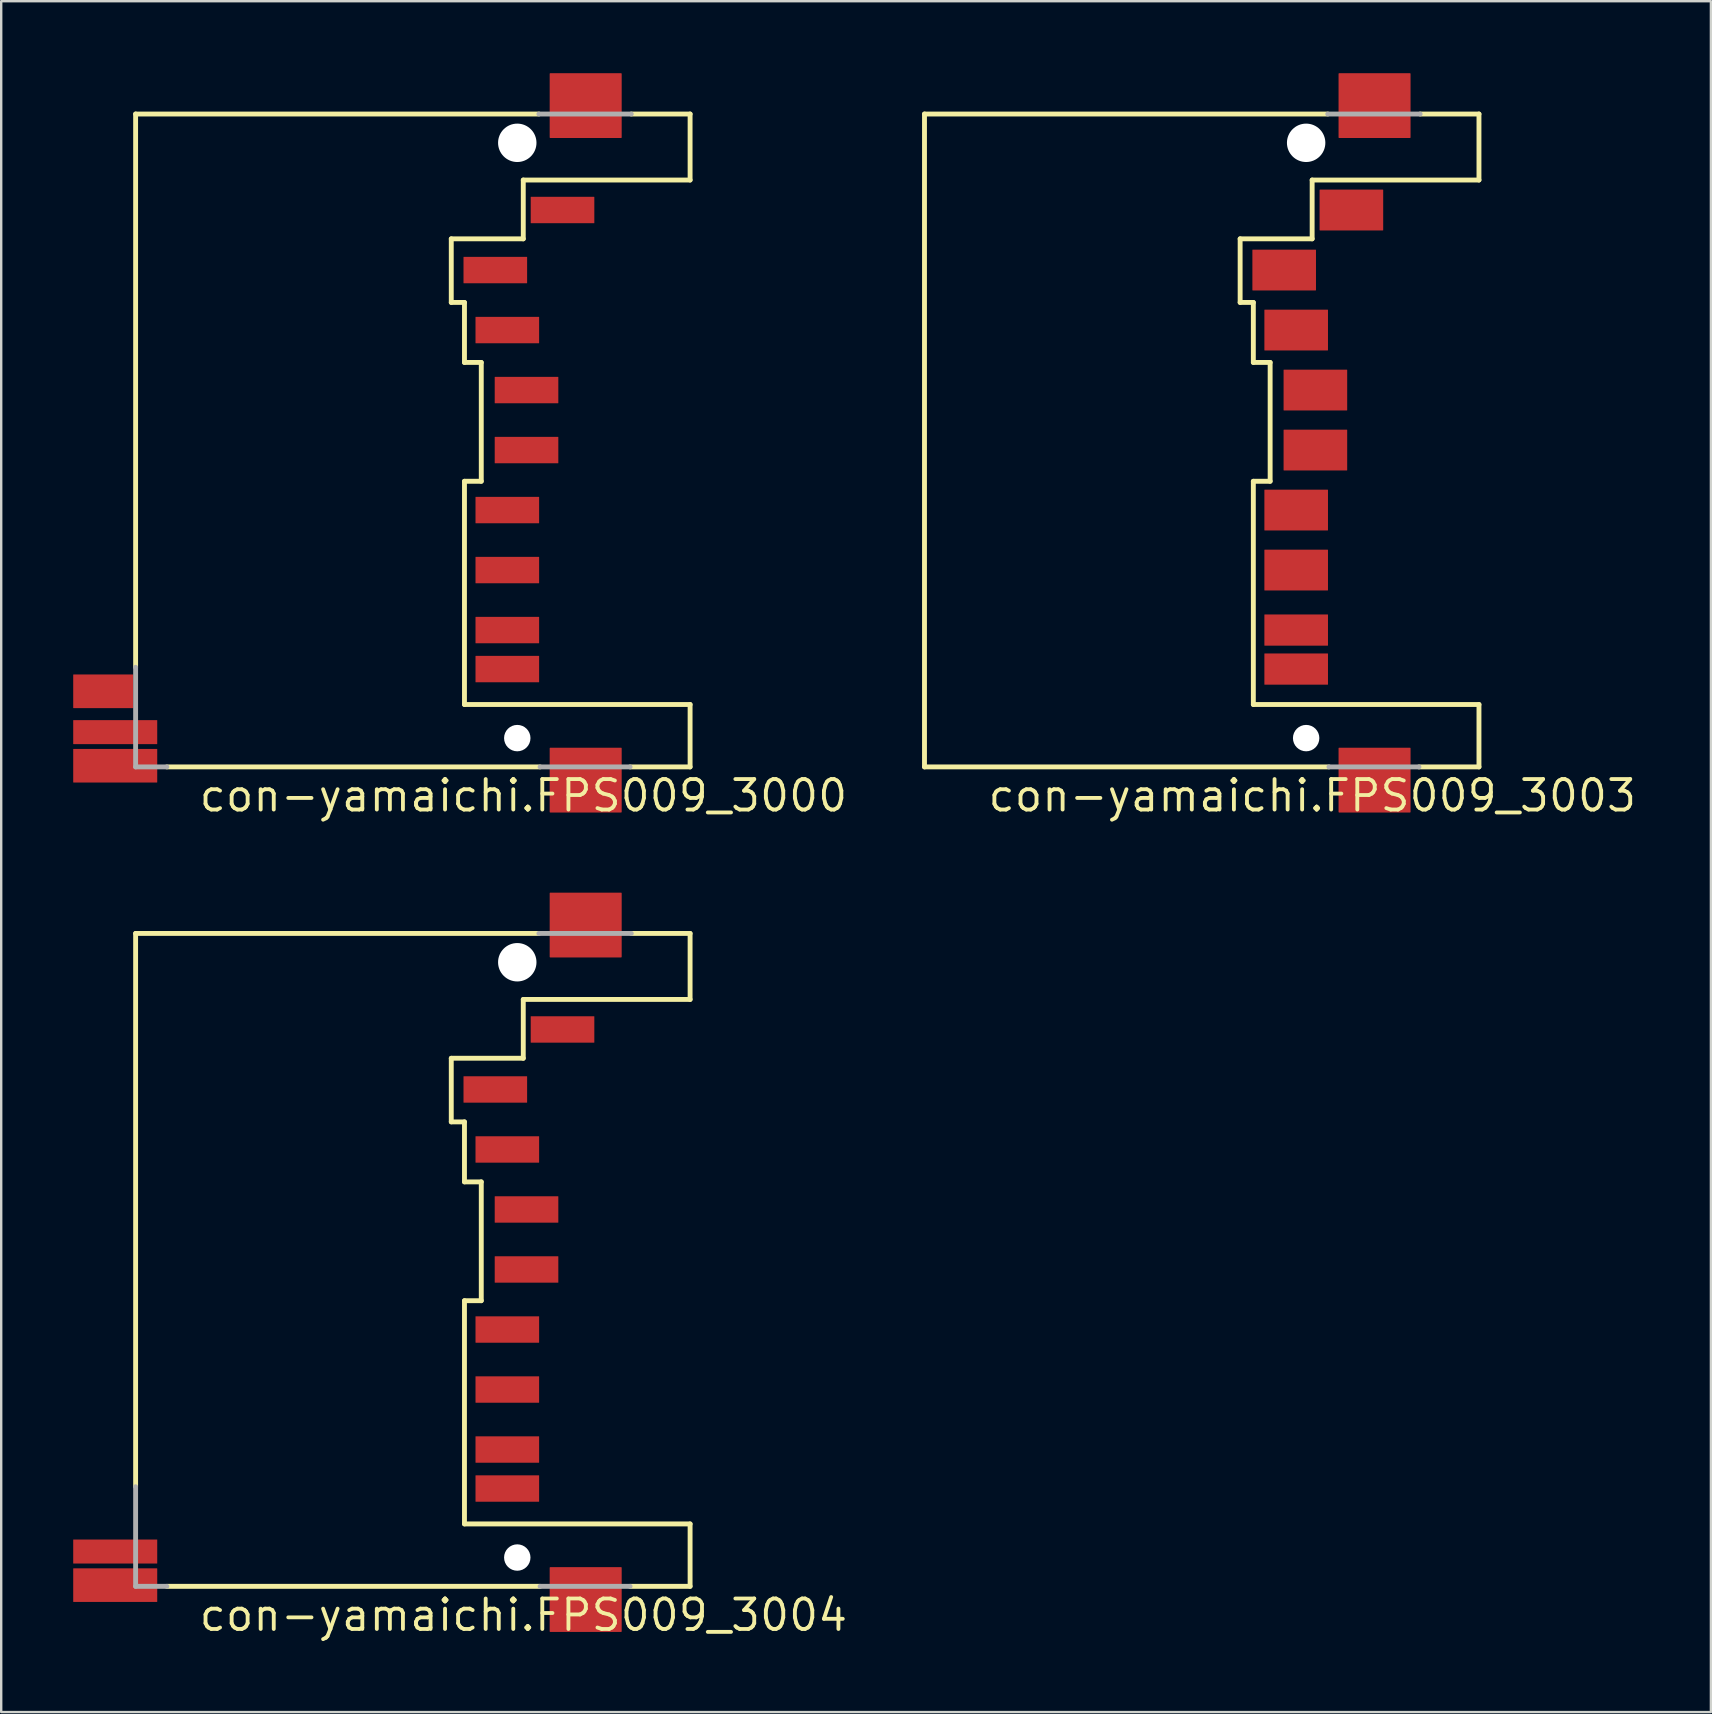
<source format=kicad_pcb>
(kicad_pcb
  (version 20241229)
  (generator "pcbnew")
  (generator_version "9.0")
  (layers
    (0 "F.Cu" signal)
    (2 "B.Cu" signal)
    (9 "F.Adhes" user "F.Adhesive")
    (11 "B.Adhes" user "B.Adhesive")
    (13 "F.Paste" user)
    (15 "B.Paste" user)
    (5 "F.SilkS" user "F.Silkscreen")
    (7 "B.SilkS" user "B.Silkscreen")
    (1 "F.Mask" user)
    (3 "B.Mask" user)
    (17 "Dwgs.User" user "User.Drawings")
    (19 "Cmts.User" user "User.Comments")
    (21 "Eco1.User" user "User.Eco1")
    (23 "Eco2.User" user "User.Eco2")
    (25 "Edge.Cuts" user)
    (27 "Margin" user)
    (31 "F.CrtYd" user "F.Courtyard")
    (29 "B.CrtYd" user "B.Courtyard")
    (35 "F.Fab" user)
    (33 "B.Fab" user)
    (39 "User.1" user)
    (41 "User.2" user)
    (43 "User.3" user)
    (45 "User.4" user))
  (footprint "con-yamaichi.FPS009_3004"
    (layer "F.Cu")
    (at 18.5 37.038)
    (property "Reference" "con-yamaichi.FPS009_3004" (at -13.335 27.94 0) (layer "F.SilkS") (effects (font (size 1.27 1.27) (thickness 0.16)) (justify left bottom)))
    (attr smd)
    (fp_line (start -15.9 -1.2) (end 0.9 -1.2) (stroke (width 0.203) (type default)) (layer "F.SilkS"))
    (fp_line (start -15.9 21.85) (end -15.9 -1.2) (stroke (width 0.203) (type default)) (layer "F.SilkS"))
    (fp_line (start -2.75 4) (end -2.75 6.65) (stroke (width 0.203) (type default)) (layer "F.SilkS"))
    (fp_line (start -2.75 6.65) (end -2.2 6.65) (stroke (width 0.203) (type default)) (layer "F.SilkS"))
    (fp_line (start -2.2 6.65) (end -2.2 9.15) (stroke (width 0.203) (type default)) (layer "F.SilkS"))
    (fp_line (start -2.2 9.15) (end -1.5 9.15) (stroke (width 0.203) (type default)) (layer "F.SilkS"))
    (fp_line (start -2.2 14.1) (end -2.2 23.4) (stroke (width 0.203) (type default)) (layer "F.SilkS"))
    (fp_line (start -1.5 9.15) (end -1.5 14.1) (stroke (width 0.203) (type default)) (layer "F.SilkS"))
    (fp_line (start -1.5 14.1) (end -2.2 14.1) (stroke (width 0.203) (type default)) (layer "F.SilkS"))
    (fp_line (start 0.25 1.55) (end 0.25 4) (stroke (width 0.203) (type default)) (layer "F.SilkS"))
    (fp_line (start 0.25 4) (end -2.75 4) (stroke (width 0.203) (type default)) (layer "F.SilkS"))
    (fp_line (start 0.95 26) (end -14.6 26) (stroke (width 0.203) (type default)) (layer "F.SilkS"))
    (fp_line (start 4.7 26) (end 7.2 26) (stroke (width 0.203) (type default)) (layer "F.SilkS"))
    (fp_line (start 4.75 -1.2) (end 7.2 -1.2) (stroke (width 0.203) (type default)) (layer "F.SilkS"))
    (fp_line (start 7.2 -1.2) (end 7.2 1.55) (stroke (width 0.203) (type default)) (layer "F.SilkS"))
    (fp_line (start 7.2 1.55) (end 0.25 1.55) (stroke (width 0.203) (type default)) (layer "F.SilkS"))
    (fp_line (start 7.2 23.4) (end -2.2 23.4) (stroke (width 0.203) (type default)) (layer "F.SilkS"))
    (fp_line (start 7.2 26) (end 7.2 23.4) (stroke (width 0.203) (type default)) (layer "F.SilkS"))
    (fp_line (start -15.9 26) (end -15.9 21.85) (stroke (width 0.203) (type default)) (layer "F.Fab"))
    (fp_line (start -14.6 26) (end -15.9 26) (stroke (width 0.203) (type default)) (layer "F.Fab"))
    (fp_line (start 0.9 -1.2) (end 4.75 -1.2) (stroke (width 0.203) (type default)) (layer "F.Fab"))
    (fp_line (start 4.7 26) (end 0.95 26) (stroke (width 0.203) (type default)) (layer "F.Fab"))
    (pad "" np_thru_hole circle (at 0 0) (size 1.6 1.6) (drill 1.6) (layers "*.Cu" "*.Mask"))
    (pad "" np_thru_hole circle (at 0 24.8) (size 1.1 1.1) (drill 1.1) (layers "*.Cu" "*.Mask"))
    (pad "1" smd roundrect (at -0.915 5.3) (size 2.65 1.1) (layers "F.Cu" "F.Mask" "F.Paste") (roundrect_rratio 0.01))
    (pad "2" smd roundrect (at -0.415 7.8) (size 2.65 1.1) (layers "F.Cu" "F.Mask" "F.Paste") (roundrect_rratio 0.01))
    (pad "3" smd roundrect (at 0.385 10.3) (size 2.65 1.1) (layers "F.Cu" "F.Mask" "F.Paste") (roundrect_rratio 0.01))
    (pad "4" smd roundrect (at 0.385 12.8) (size 2.65 1.1) (layers "F.Cu" "F.Mask" "F.Paste") (roundrect_rratio 0.01))
    (pad "5" smd roundrect (at -0.415 15.3) (size 2.65 1.1) (layers "F.Cu" "F.Mask" "F.Paste") (roundrect_rratio 0.01))
    (pad "6" smd roundrect (at -0.415 17.8) (size 2.65 1.1) (layers "F.Cu" "F.Mask" "F.Paste") (roundrect_rratio 0.01))
    (pad "7" smd roundrect (at -0.415 20.3) (size 2.65 1.1) (layers "F.Cu" "F.Mask" "F.Paste") (roundrect_rratio 0.01))
    (pad "8" smd roundrect (at -0.415 21.925) (size 2.65 1.1) (layers "F.Cu" "F.Mask" "F.Paste") (roundrect_rratio 0.01))
    (pad "9" smd roundrect (at 1.885 2.8) (size 2.65 1.1) (layers "F.Cu" "F.Mask" "F.Paste") (roundrect_rratio 0.01))
    (pad "COM_TERM" smd roundrect (at -16.75 24.55) (size 3.5 1) (layers "F.Cu" "F.Mask" "F.Paste") (roundrect_rratio 0.01))
    (pad "M1" smd roundrect (at 2.85 -1.55) (size 3 2.7) (layers "F.Cu" "F.Mask" "F.Paste") (roundrect_rratio 0.01))
    (pad "M2" smd roundrect (at 2.85 26.55) (size 3 2.7) (layers "F.Cu" "F.Mask" "F.Paste") (roundrect_rratio 0.01))
    (pad "WRITE_PROT" smd roundrect (at -16.75 25.95) (size 3.5 1.4) (layers "F.Cu" "F.Mask" "F.Paste") (roundrect_rratio 0.01)))
  (footprint "con-yamaichi.FPS009_3003"
    (layer "F.Cu")
    (at 51.365 2.9)
    (property "Reference" "con-yamaichi.FPS009_3003" (at -13.335 27.94 0) (layer "F.SilkS") (effects (font (size 1.27 1.27) (thickness 0.16)) (justify left bottom)))
    (attr smd)
    (fp_line (start -15.9 -1.2) (end 0.9 -1.2) (stroke (width 0.203) (type default)) (layer "F.SilkS"))
    (fp_line (start -15.9 26) (end -15.9 -1.2) (stroke (width 0.203) (type default)) (layer "F.SilkS"))
    (fp_line (start -2.75 4) (end -2.75 6.65) (stroke (width 0.203) (type default)) (layer "F.SilkS"))
    (fp_line (start -2.75 6.65) (end -2.2 6.65) (stroke (width 0.203) (type default)) (layer "F.SilkS"))
    (fp_line (start -2.2 6.65) (end -2.2 9.15) (stroke (width 0.203) (type default)) (layer "F.SilkS"))
    (fp_line (start -2.2 9.15) (end -1.5 9.15) (stroke (width 0.203) (type default)) (layer "F.SilkS"))
    (fp_line (start -2.2 14.1) (end -2.2 23.4) (stroke (width 0.203) (type default)) (layer "F.SilkS"))
    (fp_line (start -1.5 9.15) (end -1.5 14.1) (stroke (width 0.203) (type default)) (layer "F.SilkS"))
    (fp_line (start -1.5 14.1) (end -2.2 14.1) (stroke (width 0.203) (type default)) (layer "F.SilkS"))
    (fp_line (start 0.25 1.55) (end 0.25 4) (stroke (width 0.203) (type default)) (layer "F.SilkS"))
    (fp_line (start 0.25 4) (end -2.75 4) (stroke (width 0.203) (type default)) (layer "F.SilkS"))
    (fp_line (start 0.95 26) (end -15.9 26) (stroke (width 0.203) (type default)) (layer "F.SilkS"))
    (fp_line (start 4.7 26) (end 7.2 26) (stroke (width 0.203) (type default)) (layer "F.SilkS"))
    (fp_line (start 4.75 -1.2) (end 7.2 -1.2) (stroke (width 0.203) (type default)) (layer "F.SilkS"))
    (fp_line (start 7.2 -1.2) (end 7.2 1.55) (stroke (width 0.203) (type default)) (layer "F.SilkS"))
    (fp_line (start 7.2 1.55) (end 0.25 1.55) (stroke (width 0.203) (type default)) (layer "F.SilkS"))
    (fp_line (start 7.2 23.4) (end -2.2 23.4) (stroke (width 0.203) (type default)) (layer "F.SilkS"))
    (fp_line (start 7.2 26) (end 7.2 23.4) (stroke (width 0.203) (type default)) (layer "F.SilkS"))
    (fp_line (start 0.9 -1.2) (end 4.75 -1.2) (stroke (width 0.203) (type default)) (layer "F.Fab"))
    (fp_line (start 4.7 26) (end 0.95 26) (stroke (width 0.203) (type default)) (layer "F.Fab"))
    (pad "" np_thru_hole circle (at 0 0) (size 1.6 1.6) (drill 1.6) (layers "*.Cu" "*.Mask"))
    (pad "" np_thru_hole circle (at 0 24.8) (size 1.1 1.1) (drill 1.1) (layers "*.Cu" "*.Mask"))
    (pad "1" smd roundrect (at -0.915 5.3) (size 2.65 1.7) (layers "F.Cu" "F.Mask" "F.Paste") (roundrect_rratio 0.01))
    (pad "2" smd roundrect (at -0.415 7.8) (size 2.65 1.7) (layers "F.Cu" "F.Mask" "F.Paste") (roundrect_rratio 0.01))
    (pad "3" smd roundrect (at 0.385 10.3) (size 2.65 1.7) (layers "F.Cu" "F.Mask" "F.Paste") (roundrect_rratio 0.01))
    (pad "4" smd roundrect (at 0.385 12.8) (size 2.65 1.7) (layers "F.Cu" "F.Mask" "F.Paste") (roundrect_rratio 0.01))
    (pad "5" smd roundrect (at -0.415 15.3) (size 2.65 1.7) (layers "F.Cu" "F.Mask" "F.Paste") (roundrect_rratio 0.01))
    (pad "6" smd roundrect (at -0.415 17.8) (size 2.65 1.7) (layers "F.Cu" "F.Mask" "F.Paste") (roundrect_rratio 0.01))
    (pad "7" smd roundrect (at -0.415 20.3) (size 2.65 1.3) (layers "F.Cu" "F.Mask" "F.Paste") (roundrect_rratio 0.01))
    (pad "8" smd roundrect (at -0.415 21.925) (size 2.65 1.3) (layers "F.Cu" "F.Mask" "F.Paste") (roundrect_rratio 0.01))
    (pad "9" smd roundrect (at 1.885 2.8) (size 2.65 1.7) (layers "F.Cu" "F.Mask" "F.Paste") (roundrect_rratio 0.01))
    (pad "M1" smd roundrect (at 2.85 -1.55) (size 3 2.7) (layers "F.Cu" "F.Mask" "F.Paste") (roundrect_rratio 0.01))
    (pad "M2" smd roundrect (at 2.85 26.55) (size 3 2.7) (layers "F.Cu" "F.Mask" "F.Paste") (roundrect_rratio 0.01)))
  (footprint "con-yamaichi.FPS009_3000"
    (layer "F.Cu")
    (at 18.5 2.9)
    (property "Reference" "con-yamaichi.FPS009_3000" (at -13.335 27.94 0) (layer "F.SilkS") (effects (font (size 1.27 1.27) (thickness 0.16)) (justify left bottom)))
    (attr smd)
    (fp_line (start -15.9 -1.2) (end 0.9 -1.2) (stroke (width 0.203) (type default)) (layer "F.SilkS"))
    (fp_line (start -15.9 21.85) (end -15.9 -1.2) (stroke (width 0.203) (type default)) (layer "F.SilkS"))
    (fp_line (start -2.75 4) (end -2.75 6.65) (stroke (width 0.203) (type default)) (layer "F.SilkS"))
    (fp_line (start -2.75 6.65) (end -2.2 6.65) (stroke (width 0.203) (type default)) (layer "F.SilkS"))
    (fp_line (start -2.2 6.65) (end -2.2 9.15) (stroke (width 0.203) (type default)) (layer "F.SilkS"))
    (fp_line (start -2.2 9.15) (end -1.5 9.15) (stroke (width 0.203) (type default)) (layer "F.SilkS"))
    (fp_line (start -2.2 14.1) (end -2.2 23.4) (stroke (width 0.203) (type default)) (layer "F.SilkS"))
    (fp_line (start -1.5 9.15) (end -1.5 14.1) (stroke (width 0.203) (type default)) (layer "F.SilkS"))
    (fp_line (start -1.5 14.1) (end -2.2 14.1) (stroke (width 0.203) (type default)) (layer "F.SilkS"))
    (fp_line (start 0.25 1.55) (end 0.25 4) (stroke (width 0.203) (type default)) (layer "F.SilkS"))
    (fp_line (start 0.25 4) (end -2.75 4) (stroke (width 0.203) (type default)) (layer "F.SilkS"))
    (fp_line (start 0.95 26) (end -14.6 26) (stroke (width 0.203) (type default)) (layer "F.SilkS"))
    (fp_line (start 4.7 26) (end 7.2 26) (stroke (width 0.203) (type default)) (layer "F.SilkS"))
    (fp_line (start 4.75 -1.2) (end 7.2 -1.2) (stroke (width 0.203) (type default)) (layer "F.SilkS"))
    (fp_line (start 7.2 -1.2) (end 7.2 1.55) (stroke (width 0.203) (type default)) (layer "F.SilkS"))
    (fp_line (start 7.2 1.55) (end 0.25 1.55) (stroke (width 0.203) (type default)) (layer "F.SilkS"))
    (fp_line (start 7.2 23.4) (end -2.2 23.4) (stroke (width 0.203) (type default)) (layer "F.SilkS"))
    (fp_line (start 7.2 26) (end 7.2 23.4) (stroke (width 0.203) (type default)) (layer "F.SilkS"))
    (fp_line (start -15.9 26) (end -15.9 21.85) (stroke (width 0.203) (type default)) (layer "F.Fab"))
    (fp_line (start -14.6 26) (end -15.9 26) (stroke (width 0.203) (type default)) (layer "F.Fab"))
    (fp_line (start 0.9 -1.2) (end 4.75 -1.2) (stroke (width 0.203) (type default)) (layer "F.Fab"))
    (fp_line (start 4.7 26) (end 0.95 26) (stroke (width 0.203) (type default)) (layer "F.Fab"))
    (pad "" np_thru_hole circle (at 0 0) (size 1.6 1.6) (drill 1.6) (layers "*.Cu" "*.Mask"))
    (pad "" np_thru_hole circle (at 0 24.8) (size 1.1 1.1) (drill 1.1) (layers "*.Cu" "*.Mask"))
    (pad "1" smd roundrect (at -0.915 5.3) (size 2.65 1.1) (layers "F.Cu" "F.Mask" "F.Paste") (roundrect_rratio 0.01))
    (pad "2" smd roundrect (at -0.415 7.8) (size 2.65 1.1) (layers "F.Cu" "F.Mask" "F.Paste") (roundrect_rratio 0.01))
    (pad "3" smd roundrect (at 0.385 10.3) (size 2.65 1.1) (layers "F.Cu" "F.Mask" "F.Paste") (roundrect_rratio 0.01))
    (pad "4" smd roundrect (at 0.385 12.8) (size 2.65 1.1) (layers "F.Cu" "F.Mask" "F.Paste") (roundrect_rratio 0.01))
    (pad "5" smd roundrect (at -0.415 15.3) (size 2.65 1.1) (layers "F.Cu" "F.Mask" "F.Paste") (roundrect_rratio 0.01))
    (pad "6" smd roundrect (at -0.415 17.8) (size 2.65 1.1) (layers "F.Cu" "F.Mask" "F.Paste") (roundrect_rratio 0.01))
    (pad "7" smd roundrect (at -0.415 20.3) (size 2.65 1.1) (layers "F.Cu" "F.Mask" "F.Paste") (roundrect_rratio 0.01))
    (pad "8" smd roundrect (at -0.415 21.925) (size 2.65 1.1) (layers "F.Cu" "F.Mask" "F.Paste") (roundrect_rratio 0.01))
    (pad "9" smd roundrect (at 1.885 2.8) (size 2.65 1.1) (layers "F.Cu" "F.Mask" "F.Paste") (roundrect_rratio 0.01))
    (pad "COM_TERM" smd roundrect (at -16.75 24.55) (size 3.5 1) (layers "F.Cu" "F.Mask" "F.Paste") (roundrect_rratio 0.01))
    (pad "DETECT" smd roundrect (at -17.25 22.85) (size 2.5 1.4) (layers "F.Cu" "F.Mask" "F.Paste") (roundrect_rratio 0.01))
    (pad "M1" smd roundrect (at 2.85 -1.55) (size 3 2.7) (layers "F.Cu" "F.Mask" "F.Paste") (roundrect_rratio 0.01))
    (pad "M2" smd roundrect (at 2.85 26.55) (size 3 2.7) (layers "F.Cu" "F.Mask" "F.Paste") (roundrect_rratio 0.01))
    (pad "WRITE_PROT" smd roundrect (at -16.75 25.95) (size 3.5 1.4) (layers "F.Cu" "F.Mask" "F.Paste") (roundrect_rratio 0.01)))
  (gr_rect
    (start -3 -3)
    (end 68.228 68.275)
    (stroke (width 0.1) (type default))
    (fill no)
    (layer "Edge.Cuts")))
</source>
